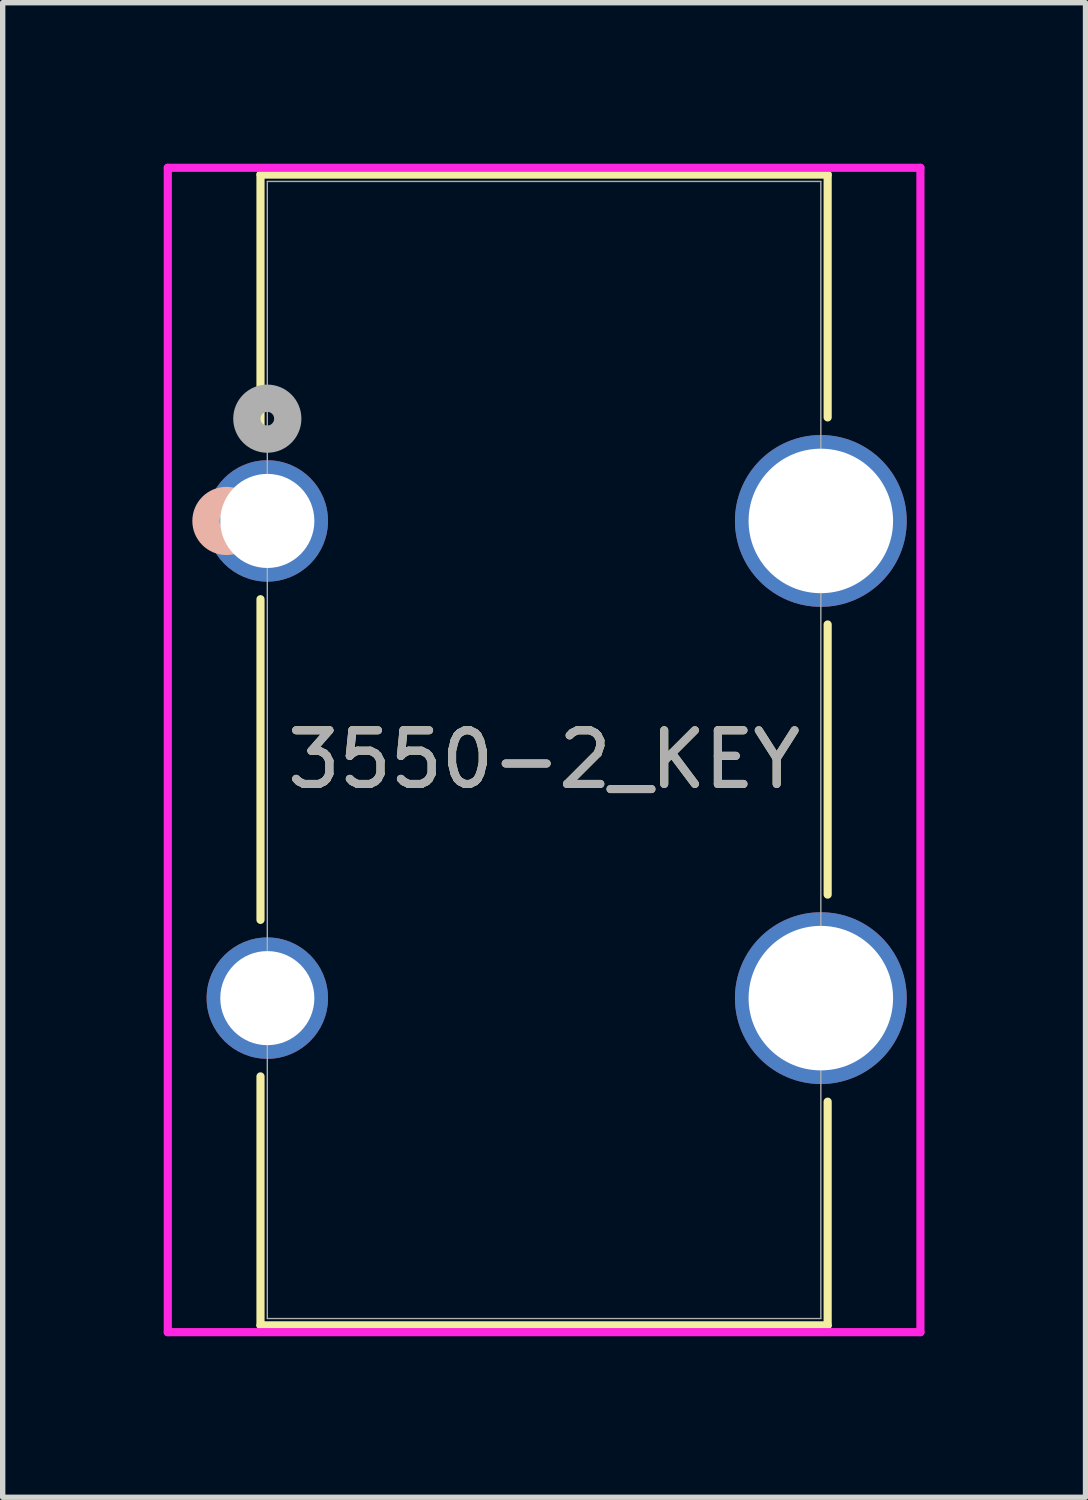
<source format=kicad_pcb>
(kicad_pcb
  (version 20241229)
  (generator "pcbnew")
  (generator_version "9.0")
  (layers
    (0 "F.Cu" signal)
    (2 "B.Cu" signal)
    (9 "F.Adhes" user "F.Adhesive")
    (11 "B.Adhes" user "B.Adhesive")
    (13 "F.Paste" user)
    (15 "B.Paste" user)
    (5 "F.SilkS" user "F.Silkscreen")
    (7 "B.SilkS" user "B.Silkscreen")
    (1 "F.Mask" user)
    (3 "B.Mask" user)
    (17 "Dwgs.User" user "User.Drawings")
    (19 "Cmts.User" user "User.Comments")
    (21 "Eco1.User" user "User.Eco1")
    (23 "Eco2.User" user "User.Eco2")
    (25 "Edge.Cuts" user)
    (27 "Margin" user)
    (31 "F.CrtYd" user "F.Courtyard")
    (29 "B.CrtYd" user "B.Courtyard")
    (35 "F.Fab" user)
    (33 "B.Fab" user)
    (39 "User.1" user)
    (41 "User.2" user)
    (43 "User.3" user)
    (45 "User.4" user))
  (footprint "3550-2_KEY"
    (layer "F.Cu")
    (at 1.93 6.655)
    (property "Reference" "3550-2_KEY" (at 5.156 4.445 0) (unlocked yes) (layer "F.SilkS") (effects (font (size 1 1) (thickness 0.15))))
    (attr through_hole)
    (fp_line (start -0.127 -6.452) (end -0.127 -1.458) (stroke (width 0.152) (type solid)) (layer "F.SilkS"))
    (fp_line (start -0.127 1.458) (end -0.127 7.432) (stroke (width 0.152) (type solid)) (layer "F.SilkS"))
    (fp_line (start -0.127 10.348) (end -0.127 14.986) (stroke (width 0.152) (type solid)) (layer "F.SilkS"))
    (fp_line (start -0.127 14.986) (end 10.439 14.986) (stroke (width 0.152) (type solid)) (layer "F.SilkS"))
    (fp_line (start 10.439 -6.452) (end -0.127 -6.452) (stroke (width 0.152) (type solid)) (layer "F.SilkS"))
    (fp_line (start 10.439 -1.929) (end 10.439 -6.452) (stroke (width 0.152) (type solid)) (layer "F.SilkS"))
    (fp_line (start 10.439 6.961) (end 10.439 1.929) (stroke (width 0.152) (type solid)) (layer "F.SilkS"))
    (fp_line (start 10.439 14.986) (end 10.439 10.819) (stroke (width 0.152) (type solid)) (layer "F.SilkS"))
    (fp_circle (center -0.762 0) (end -0.381 0) (stroke (width 0.508) (type solid)) (fill no) (layer "B.SilkS"))
    (fp_line (start -1.854 -6.579) (end -1.854 15.113) (stroke (width 0.152) (type solid)) (layer "F.CrtYd"))
    (fp_line (start -1.854 15.113) (end 12.167 15.113) (stroke (width 0.152) (type solid)) (layer "F.CrtYd"))
    (fp_line (start 12.167 -6.579) (end -1.854 -6.579) (stroke (width 0.152) (type solid)) (layer "F.CrtYd"))
    (fp_line (start 12.167 15.113) (end 12.167 -6.579) (stroke (width 0.152) (type solid)) (layer "F.CrtYd"))
    (fp_line (start 0 -6.325) (end 0 14.859) (stroke (width 0.025) (type solid)) (layer "F.Fab"))
    (fp_line (start 0 14.859) (end 10.312 14.859) (stroke (width 0.025) (type solid)) (layer "F.Fab"))
    (fp_line (start 10.312 -6.325) (end 0 -6.325) (stroke (width 0.025) (type solid)) (layer "F.Fab"))
    (fp_line (start 10.312 14.859) (end 10.312 -6.325) (stroke (width 0.025) (type solid)) (layer "F.Fab"))
    (fp_circle (center 0 -1.905) (end 0.381 -1.905) (stroke (width 0.508) (type solid)) (fill no) (layer "F.Fab"))
    (fp_text user "${REFERENCE}" (at 5.156 4.445 0) (unlocked yes) (layer "F.Fab") (effects (font (size 1 1) (thickness 0.15))))
    (pad "1" thru_hole circle (at 0 0) (size 2.261 2.261) (drill 1.753) (layers "*.Cu" "*.Mask"))
    (pad "2" thru_hole circle (at 0 8.89) (size 2.261 2.261) (drill 1.753) (layers "*.Cu" "*.Mask"))
    (pad "3" thru_hole circle (at 10.312 0) (size 3.2 3.2) (drill 2.692) (layers "*.Cu" "*.Mask"))
    (pad "4" thru_hole circle (at 10.312 8.89) (size 3.2 3.2) (drill 2.692) (layers "*.Cu" "*.Mask")))
  (gr_rect
    (start -3 -3)
    (end 17.173 24.844)
    (stroke (width 0.1) (type default))
    (fill no)
    (layer "Edge.Cuts")))
</source>
